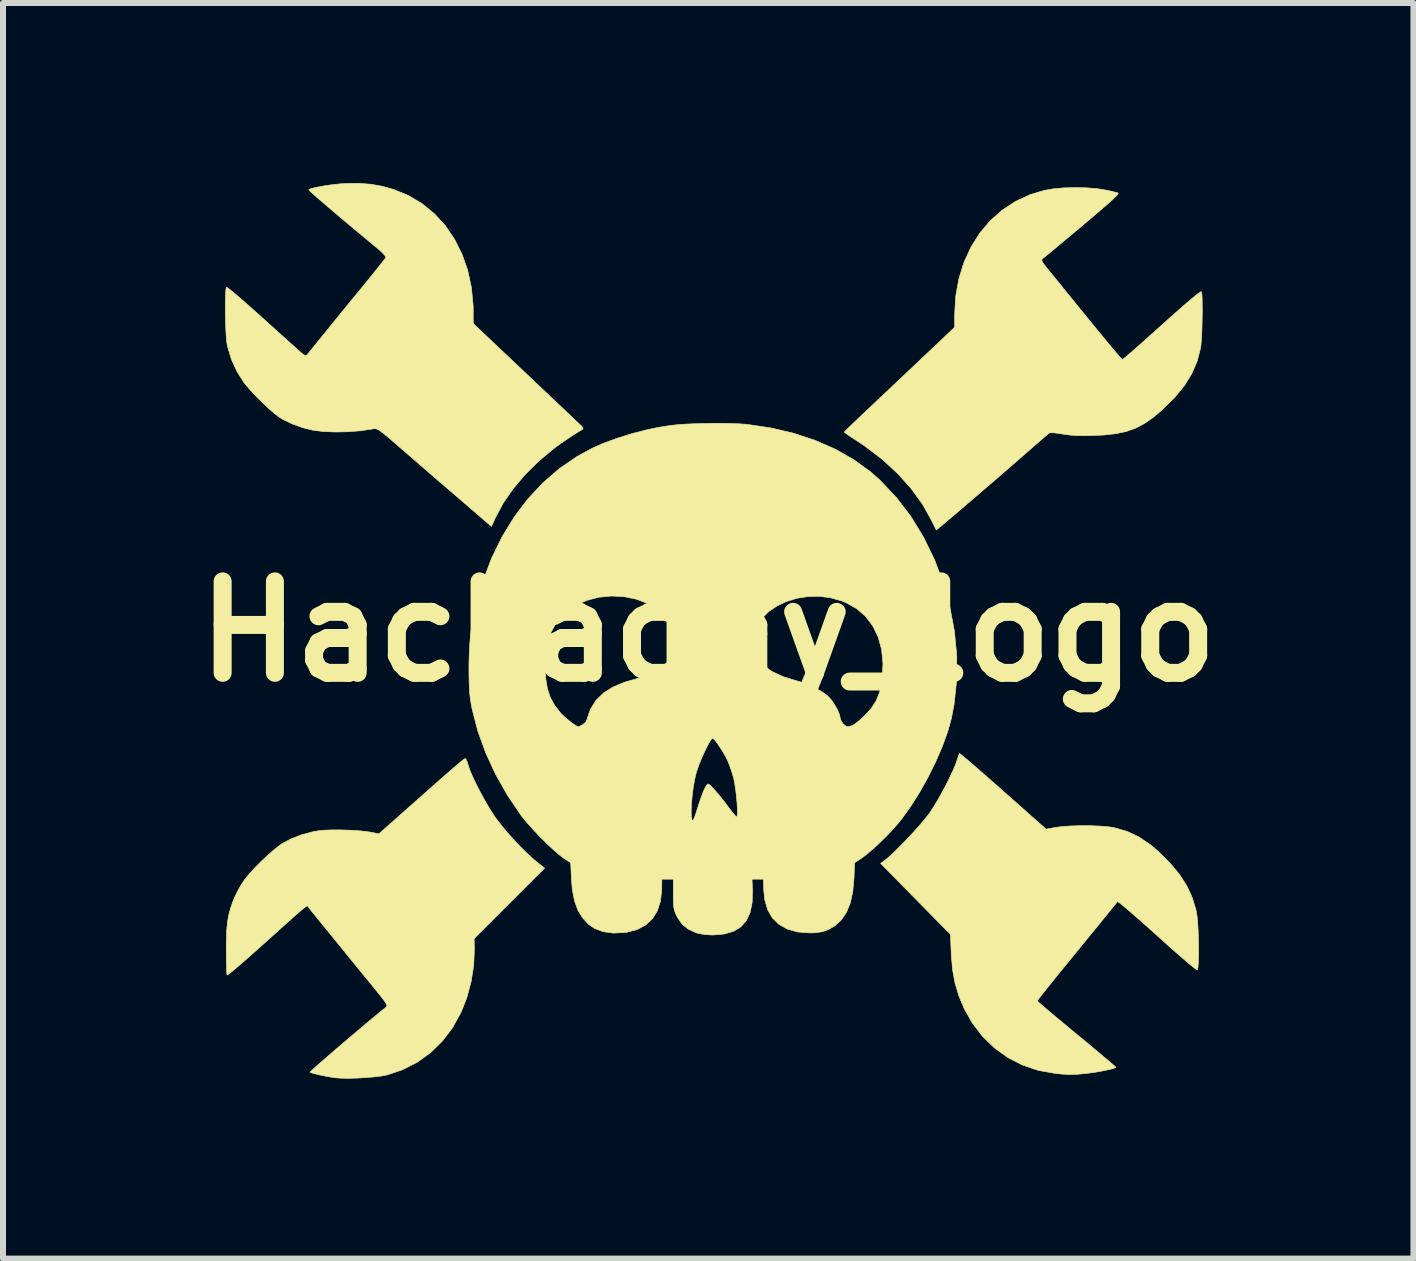
<source format=kicad_pcb>
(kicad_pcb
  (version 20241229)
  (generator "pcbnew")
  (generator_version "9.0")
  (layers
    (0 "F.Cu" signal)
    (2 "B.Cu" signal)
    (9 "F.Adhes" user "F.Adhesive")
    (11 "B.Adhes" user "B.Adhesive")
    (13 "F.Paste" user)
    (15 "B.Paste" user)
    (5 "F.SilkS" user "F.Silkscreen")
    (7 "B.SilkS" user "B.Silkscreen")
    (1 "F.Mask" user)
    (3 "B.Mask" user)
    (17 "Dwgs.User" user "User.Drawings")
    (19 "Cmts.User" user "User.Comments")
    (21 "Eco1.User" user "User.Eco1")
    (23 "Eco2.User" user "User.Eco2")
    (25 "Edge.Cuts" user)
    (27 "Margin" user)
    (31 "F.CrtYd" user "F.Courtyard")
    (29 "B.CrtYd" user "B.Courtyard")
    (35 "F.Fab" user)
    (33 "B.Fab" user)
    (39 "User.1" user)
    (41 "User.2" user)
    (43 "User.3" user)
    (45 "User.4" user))
  (footprint "Hackaday_logo"
    (layer "F.Cu")
    (at 8.752 7.473)
    (property "Reference" "Hackaday_logo" (at 0 0 0) (layer "F.SilkS") (effects (font (size 1.524 1.524) (thickness 0.3))))
    (attr through_hole)
    (fp_poly (pts (xy 4.198 2.041) (xy 4.233 2.068) (xy 4.292 2.117) (xy 4.377 2.189) (xy 4.487 2.284) (xy 4.624 2.404) (xy 4.79 2.55) (xy 4.985 2.723) (xy 5.127 2.848) (xy 5.63 3.294) (xy 5.784 3.266) (xy 5.9 3.251) (xy 6.044 3.241) (xy 6.204 3.236) (xy 6.368 3.237) (xy 6.525 3.243) (xy 6.662 3.254) (xy 6.763 3.269) (xy 6.981 3.332) (xy 7.185 3.429) (xy 7.381 3.563) (xy 7.519 3.682) (xy 7.706 3.871) (xy 7.856 4.053) (xy 7.973 4.234) (xy 8.06 4.419) (xy 8.122 4.616) (xy 8.137 4.682) (xy 8.147 4.753) (xy 8.156 4.849) (xy 8.163 4.962) (xy 8.168 5.087) (xy 8.171 5.214) (xy 8.172 5.337) (xy 8.17 5.448) (xy 8.166 5.541) (xy 8.16 5.607) (xy 8.151 5.639) (xy 8.149 5.641) (xy 8.13 5.63) (xy 8.082 5.593) (xy 8.01 5.534) (xy 7.917 5.454) (xy 7.806 5.358) (xy 7.681 5.248) (xy 7.546 5.126) (xy 7.48 5.067) (xy 7.341 4.942) (xy 7.211 4.827) (xy 7.094 4.725) (xy 6.994 4.638) (xy 6.913 4.57) (xy 6.855 4.524) (xy 6.824 4.503) (xy 6.819 4.502) (xy 6.802 4.524) (xy 6.762 4.573) (xy 6.704 4.645) (xy 6.633 4.732) (xy 6.552 4.831) (xy 6.547 4.838) (xy 6.341 5.09) (xy 6.161 5.311) (xy 6.005 5.502) (xy 5.872 5.665) (xy 5.761 5.802) (xy 5.671 5.914) (xy 5.6 6.003) (xy 5.547 6.07) (xy 5.511 6.117) (xy 5.49 6.145) (xy 5.484 6.157) (xy 5.484 6.157) (xy 5.5 6.173) (xy 5.545 6.213) (xy 5.616 6.274) (xy 5.709 6.353) (xy 5.821 6.447) (xy 5.949 6.553) (xy 6.088 6.669) (xy 6.138 6.71) (xy 6.281 6.828) (xy 6.413 6.938) (xy 6.53 7.036) (xy 6.631 7.121) (xy 6.71 7.188) (xy 6.764 7.235) (xy 6.791 7.259) (xy 6.793 7.262) (xy 6.775 7.274) (xy 6.723 7.29) (xy 6.646 7.308) (xy 6.552 7.327) (xy 6.451 7.345) (xy 6.349 7.359) (xy 6.282 7.367) (xy 6.162 7.378) (xy 6.067 7.382) (xy 5.98 7.382) (xy 5.883 7.375) (xy 5.779 7.364) (xy 5.499 7.314) (xy 5.236 7.225) (xy 4.992 7.1) (xy 4.77 6.94) (xy 4.573 6.749) (xy 4.402 6.527) (xy 4.267 6.287) (xy 4.177 6.074) (xy 4.113 5.862) (xy 4.072 5.638) (xy 4.05 5.39) (xy 4.049 5.355) (xy 4.037 5.048) (xy 3.455 4.457) (xy 2.873 3.865) (xy 2.944 3.813) (xy 3.01 3.758) (xy 3.096 3.679) (xy 3.196 3.58) (xy 3.303 3.47) (xy 3.411 3.355) (xy 3.512 3.242) (xy 3.601 3.138) (xy 3.671 3.05) (xy 3.688 3.027) (xy 3.76 2.917) (xy 3.839 2.785) (xy 3.92 2.639) (xy 3.996 2.491) (xy 4.064 2.351) (xy 4.117 2.229) (xy 4.142 2.159) (xy 4.163 2.095) (xy 4.179 2.049) (xy 4.185 2.034) (xy 4.198 2.041)) (stroke (width 0.01) (type solid)) (fill yes) (layer "F.SilkS"))
    (fp_poly (pts (xy -4.032 2.135) (xy -4.014 2.183) (xy -4.002 2.225) (xy -3.974 2.307) (xy -3.928 2.415) (xy -3.868 2.543) (xy -3.797 2.679) (xy -3.722 2.817) (xy -3.646 2.947) (xy -3.574 3.061) (xy -3.54 3.11) (xy -3.436 3.245) (xy -3.313 3.39) (xy -3.181 3.535) (xy -3.047 3.67) (xy -2.923 3.785) (xy -2.865 3.834) (xy -2.727 3.944) (xy -3.314 4.531) (xy -3.901 5.118) (xy -3.897 5.295) (xy -3.908 5.563) (xy -3.952 5.838) (xy -4.024 6.108) (xy -4.119 6.347) (xy -4.26 6.602) (xy -4.43 6.826) (xy -4.626 7.018) (xy -4.848 7.178) (xy -5.094 7.303) (xy -5.351 7.39) (xy -5.439 7.407) (xy -5.557 7.422) (xy -5.694 7.433) (xy -5.839 7.442) (xy -5.981 7.446) (xy -6.106 7.445) (xy -6.202 7.438) (xy -6.276 7.428) (xy -6.363 7.413) (xy -6.452 7.395) (xy -6.534 7.376) (xy -6.597 7.36) (xy -6.632 7.347) (xy -6.636 7.345) (xy -6.622 7.329) (xy -6.58 7.29) (xy -6.513 7.23) (xy -6.426 7.154) (xy -6.324 7.065) (xy -6.209 6.966) (xy -6.086 6.861) (xy -5.959 6.753) (xy -5.833 6.646) (xy -5.711 6.543) (xy -5.598 6.448) (xy -5.497 6.365) (xy -5.413 6.296) (xy -5.372 6.264) (xy -5.36 6.252) (xy -5.355 6.238) (xy -5.36 6.216) (xy -5.378 6.184) (xy -5.412 6.136) (xy -5.465 6.068) (xy -5.539 5.976) (xy -5.634 5.859) (xy -5.839 5.608) (xy -6.018 5.389) (xy -6.172 5.199) (xy -6.303 5.038) (xy -6.412 4.905) (xy -6.499 4.798) (xy -6.566 4.715) (xy -6.614 4.656) (xy -6.643 4.618) (xy -6.654 4.604) (xy -6.661 4.592) (xy -6.667 4.582) (xy -6.674 4.576) (xy -6.685 4.577) (xy -6.704 4.586) (xy -6.732 4.606) (xy -6.773 4.639) (xy -6.83 4.688) (xy -6.905 4.754) (xy -7.001 4.84) (xy -7.122 4.948) (xy -7.269 5.08) (xy -7.383 5.183) (xy -7.52 5.305) (xy -7.646 5.417) (xy -7.76 5.517) (xy -7.857 5.6) (xy -7.935 5.665) (xy -7.988 5.708) (xy -8.015 5.726) (xy -8.017 5.727) (xy -8.022 5.702) (xy -8.025 5.642) (xy -8.028 5.553) (xy -8.03 5.442) (xy -8.031 5.316) (xy -8.031 5.306) (xy -8.029 5.121) (xy -8.023 4.969) (xy -8.011 4.841) (xy -7.991 4.728) (xy -7.963 4.621) (xy -7.925 4.512) (xy -7.895 4.436) (xy -7.847 4.336) (xy -7.789 4.231) (xy -7.731 4.143) (xy -7.658 4.052) (xy -7.562 3.946) (xy -7.453 3.835) (xy -7.338 3.727) (xy -7.229 3.632) (xy -7.133 3.557) (xy -7.103 3.536) (xy -6.955 3.457) (xy -6.779 3.389) (xy -6.589 3.338) (xy -6.497 3.321) (xy -6.397 3.311) (xy -6.267 3.307) (xy -6.119 3.307) (xy -5.966 3.312) (xy -5.82 3.321) (xy -5.693 3.334) (xy -5.618 3.346) (xy -5.488 3.372) (xy -4.94 2.886) (xy -4.748 2.716) (xy -4.585 2.572) (xy -4.449 2.452) (xy -4.337 2.354) (xy -4.248 2.277) (xy -4.178 2.217) (xy -4.126 2.173) (xy -4.089 2.143) (xy -4.065 2.126) (xy -4.051 2.118) (xy -4.047 2.117) (xy -4.032 2.135)) (stroke (width 0.01) (type solid)) (fill yes) (layer "F.SilkS"))
    (fp_poly (pts (xy -5.622 -7.453) (xy -5.428 -7.418) (xy -5.247 -7.367) (xy -4.996 -7.265) (xy -4.767 -7.129) (xy -4.562 -6.96) (xy -4.381 -6.762) (xy -4.228 -6.537) (xy -4.103 -6.288) (xy -4.008 -6.018) (xy -3.946 -5.729) (xy -3.917 -5.425) (xy -3.916 -5.33) (xy -3.916 -5.132) (xy -3.078 -4.339) (xy -2.918 -4.187) (xy -2.764 -4.041) (xy -2.62 -3.905) (xy -2.49 -3.782) (xy -2.376 -3.674) (xy -2.282 -3.585) (xy -2.211 -3.517) (xy -2.166 -3.474) (xy -2.154 -3.464) (xy -2.106 -3.417) (xy -2.086 -3.389) (xy -2.089 -3.372) (xy -2.108 -3.36) (xy -2.174 -3.321) (xy -2.262 -3.265) (xy -2.361 -3.199) (xy -2.459 -3.132) (xy -2.543 -3.071) (xy -2.568 -3.053) (xy -2.822 -2.841) (xy -3.051 -2.615) (xy -3.251 -2.378) (xy -3.417 -2.138) (xy -3.543 -1.902) (xy -3.612 -1.75) (xy -4.139 -2.204) (xy -4.293 -2.336) (xy -4.461 -2.481) (xy -4.633 -2.629) (xy -4.8 -2.774) (xy -4.953 -2.907) (xy -5.084 -3.02) (xy -5.089 -3.024) (xy -5.216 -3.134) (xy -5.315 -3.22) (xy -5.391 -3.283) (xy -5.448 -3.328) (xy -5.49 -3.357) (xy -5.521 -3.373) (xy -5.546 -3.379) (xy -5.569 -3.379) (xy -5.586 -3.376) (xy -5.79 -3.345) (xy -6.006 -3.328) (xy -6.223 -3.324) (xy -6.425 -3.333) (xy -6.583 -3.353) (xy -6.758 -3.396) (xy -6.933 -3.459) (xy -7.09 -3.535) (xy -7.144 -3.568) (xy -7.223 -3.628) (xy -7.321 -3.712) (xy -7.428 -3.813) (xy -7.535 -3.92) (xy -7.635 -4.027) (xy -7.718 -4.125) (xy -7.741 -4.155) (xy -7.852 -4.33) (xy -7.944 -4.53) (xy -8.008 -4.74) (xy -8.015 -4.77) (xy -8.024 -4.834) (xy -8.032 -4.925) (xy -8.039 -5.035) (xy -8.043 -5.158) (xy -8.046 -5.286) (xy -8.047 -5.41) (xy -8.046 -5.525) (xy -8.043 -5.622) (xy -8.038 -5.694) (xy -8.031 -5.733) (xy -8.028 -5.737) (xy -8.01 -5.727) (xy -7.963 -5.691) (xy -7.892 -5.633) (xy -7.8 -5.555) (xy -7.691 -5.46) (xy -7.568 -5.351) (xy -7.435 -5.231) (xy -7.4 -5.2) (xy -7.263 -5.076) (xy -7.135 -4.96) (xy -7.019 -4.856) (xy -6.918 -4.766) (xy -6.838 -4.694) (xy -6.78 -4.643) (xy -6.749 -4.617) (xy -6.747 -4.615) (xy -6.714 -4.597) (xy -6.689 -4.607) (xy -6.663 -4.636) (xy -6.619 -4.691) (xy -6.556 -4.769) (xy -6.478 -4.865) (xy -6.39 -4.974) (xy -6.296 -5.089) (xy -6.201 -5.206) (xy -6.109 -5.319) (xy -6.025 -5.422) (xy -5.954 -5.51) (xy -5.899 -5.577) (xy -5.866 -5.617) (xy -5.863 -5.62) (xy -5.806 -5.689) (xy -5.737 -5.773) (xy -5.663 -5.864) (xy -5.587 -5.958) (xy -5.516 -6.047) (xy -5.454 -6.125) (xy -5.406 -6.186) (xy -5.378 -6.223) (xy -5.372 -6.231) (xy -5.381 -6.257) (xy -5.422 -6.303) (xy -5.491 -6.367) (xy -5.523 -6.393) (xy -5.725 -6.561) (xy -5.913 -6.718) (xy -6.085 -6.862) (xy -6.238 -6.992) (xy -6.372 -7.106) (xy -6.482 -7.201) (xy -6.568 -7.275) (xy -6.626 -7.328) (xy -6.655 -7.357) (xy -6.658 -7.361) (xy -6.623 -7.378) (xy -6.555 -7.396) (xy -6.462 -7.415) (xy -6.354 -7.433) (xy -6.238 -7.449) (xy -6.124 -7.46) (xy -6.054 -7.465) (xy -5.826 -7.468) (xy -5.622 -7.453)) (stroke (width 0.01) (type solid)) (fill yes) (layer "F.SilkS"))
    (fp_poly (pts (xy 6.307 -7.393) (xy 6.486 -7.378) (xy 6.614 -7.358) (xy 6.701 -7.34) (xy 6.775 -7.322) (xy 6.822 -7.309) (xy 6.833 -7.304) (xy 6.828 -7.289) (xy 6.796 -7.253) (xy 6.736 -7.195) (xy 6.646 -7.114) (xy 6.525 -7.01) (xy 6.373 -6.881) (xy 6.231 -6.761) (xy 6.09 -6.643) (xy 5.959 -6.533) (xy 5.84 -6.434) (xy 5.738 -6.349) (xy 5.657 -6.282) (xy 5.6 -6.235) (xy 5.571 -6.211) (xy 5.569 -6.21) (xy 5.558 -6.194) (xy 5.563 -6.17) (xy 5.586 -6.131) (xy 5.631 -6.072) (xy 5.682 -6.008) (xy 5.728 -5.952) (xy 5.798 -5.867) (xy 5.886 -5.759) (xy 5.988 -5.633) (xy 6.102 -5.493) (xy 6.222 -5.345) (xy 6.345 -5.194) (xy 6.356 -5.181) (xy 6.472 -5.038) (xy 6.581 -4.906) (xy 6.678 -4.788) (xy 6.762 -4.688) (xy 6.828 -4.61) (xy 6.875 -4.556) (xy 6.899 -4.531) (xy 6.902 -4.53) (xy 6.92 -4.543) (xy 6.967 -4.583) (xy 7.038 -4.644) (xy 7.131 -4.725) (xy 7.241 -4.823) (xy 7.366 -4.934) (xy 7.502 -5.056) (xy 7.56 -5.108) (xy 7.723 -5.254) (xy 7.866 -5.381) (xy 7.987 -5.486) (xy 8.085 -5.568) (xy 8.157 -5.626) (xy 8.202 -5.658) (xy 8.218 -5.664) (xy 8.225 -5.632) (xy 8.23 -5.565) (xy 8.232 -5.472) (xy 8.233 -5.36) (xy 8.232 -5.236) (xy 8.229 -5.108) (xy 8.225 -4.985) (xy 8.219 -4.873) (xy 8.212 -4.781) (xy 8.204 -4.72) (xy 8.148 -4.504) (xy 8.059 -4.298) (xy 7.935 -4.097) (xy 7.772 -3.898) (xy 7.569 -3.698) (xy 7.569 -3.698) (xy 7.415 -3.567) (xy 7.269 -3.465) (xy 7.123 -3.388) (xy 6.968 -3.333) (xy 6.795 -3.296) (xy 6.595 -3.274) (xy 6.435 -3.266) (xy 6.273 -3.263) (xy 6.141 -3.265) (xy 6.027 -3.273) (xy 5.92 -3.288) (xy 5.909 -3.289) (xy 5.821 -3.303) (xy 5.747 -3.311) (xy 5.699 -3.311) (xy 5.687 -3.309) (xy 5.663 -3.29) (xy 5.614 -3.249) (xy 5.545 -3.19) (xy 5.463 -3.119) (xy 5.419 -3.08) (xy 5.3 -2.976) (xy 5.168 -2.861) (xy 5.026 -2.737) (xy 4.877 -2.609) (xy 4.726 -2.478) (xy 4.575 -2.349) (xy 4.429 -2.223) (xy 4.289 -2.103) (xy 4.161 -1.994) (xy 4.047 -1.897) (xy 3.95 -1.815) (xy 3.875 -1.752) (xy 3.824 -1.711) (xy 3.801 -1.694) (xy 3.801 -1.693) (xy 3.79 -1.711) (xy 3.767 -1.758) (xy 3.734 -1.825) (xy 3.724 -1.846) (xy 3.573 -2.117) (xy 3.382 -2.381) (xy 3.156 -2.633) (xy 2.898 -2.87) (xy 2.609 -3.09) (xy 2.472 -3.181) (xy 2.391 -3.234) (xy 2.325 -3.278) (xy 2.282 -3.31) (xy 2.268 -3.323) (xy 2.283 -3.34) (xy 2.325 -3.382) (xy 2.39 -3.445) (xy 2.474 -3.525) (xy 2.572 -3.619) (xy 2.682 -3.722) (xy 2.685 -3.725) (xy 2.813 -3.846) (xy 2.964 -3.988) (xy 3.126 -4.142) (xy 3.293 -4.299) (xy 3.455 -4.452) (xy 3.603 -4.593) (xy 3.604 -4.593) (xy 4.106 -5.069) (xy 4.106 -5.274) (xy 4.124 -5.584) (xy 4.177 -5.878) (xy 4.263 -6.154) (xy 4.38 -6.408) (xy 4.526 -6.64) (xy 4.7 -6.845) (xy 4.9 -7.022) (xy 5.123 -7.168) (xy 5.369 -7.281) (xy 5.599 -7.35) (xy 5.747 -7.376) (xy 5.924 -7.392) (xy 6.115 -7.397) (xy 6.307 -7.393)) (stroke (width 0.01) (type solid)) (fill yes) (layer "F.SilkS"))
    (fp_poly (pts (xy 0.326 -3.467) (xy 0.492 -3.462) (xy 0.625 -3.453) (xy 0.639 -3.452) (xy 1.039 -3.393) (xy 1.421 -3.304) (xy 1.781 -3.185) (xy 2.117 -3.038) (xy 2.425 -2.863) (xy 2.703 -2.662) (xy 2.861 -2.522) (xy 3.136 -2.232) (xy 3.38 -1.913) (xy 3.592 -1.565) (xy 3.773 -1.191) (xy 3.905 -0.841) (xy 4.024 -0.421) (xy 4.103 -0.004) (xy 4.142 0.409) (xy 4.14 0.815) (xy 4.097 1.214) (xy 4.053 1.446) (xy 3.991 1.669) (xy 3.903 1.912) (xy 3.793 2.167) (xy 3.666 2.424) (xy 3.526 2.675) (xy 3.377 2.911) (xy 3.224 3.123) (xy 3.176 3.184) (xy 3.085 3.288) (xy 2.979 3.401) (xy 2.865 3.514) (xy 2.752 3.619) (xy 2.648 3.708) (xy 2.562 3.773) (xy 2.556 3.777) (xy 2.439 3.855) (xy 2.429 4.113) (xy 2.409 4.337) (xy 2.367 4.526) (xy 2.303 4.683) (xy 2.216 4.81) (xy 2.112 4.904) (xy 2.009 4.965) (xy 1.903 5.003) (xy 1.778 5.021) (xy 1.683 5.023) (xy 1.486 5.007) (xy 1.318 4.959) (xy 1.178 4.88) (xy 1.068 4.772) (xy 0.989 4.634) (xy 0.941 4.468) (xy 0.924 4.292) (xy 0.921 4.128) (xy 0.73 4.127) (xy 0.738 4.321) (xy 0.732 4.518) (xy 0.698 4.683) (xy 0.636 4.818) (xy 0.544 4.922) (xy 0.422 4.996) (xy 0.27 5.041) (xy 0.087 5.058) (xy 0.062 5.058) (xy -0.057 5.051) (xy -0.166 5.031) (xy -0.205 5.02) (xy -0.336 4.959) (xy -0.436 4.876) (xy -0.513 4.765) (xy -0.522 4.747) (xy -0.548 4.691) (xy -0.565 4.641) (xy -0.576 4.587) (xy -0.58 4.517) (xy -0.582 4.42) (xy -0.582 4.376) (xy -0.582 4.128) (xy -0.773 4.128) (xy -0.775 4.302) (xy -0.795 4.491) (xy -0.846 4.653) (xy -0.929 4.787) (xy -1.043 4.892) (xy -1.186 4.968) (xy -1.358 5.013) (xy -1.388 5.017) (xy -1.58 5.026) (xy -1.749 5.003) (xy -1.894 4.949) (xy -1.993 4.881) (xy -2.094 4.772) (xy -2.172 4.644) (xy -2.228 4.49) (xy -2.264 4.307) (xy -2.28 4.113) (xy -2.292 3.854) (xy -2.411 3.776) (xy -2.485 3.72) (xy -2.578 3.639) (xy -2.684 3.54) (xy -2.796 3.429) (xy -2.905 3.314) (xy -3.005 3.203) (xy -3.089 3.103) (xy -3.118 3.066) (xy -3.158 3.006) (xy -0.284 3.006) (xy -0.281 3.088) (xy -0.273 3.134) (xy -0.264 3.155) (xy -0.25 3.145) (xy -0.231 3.103) (xy -0.204 3.026) (xy -0.167 2.911) (xy -0.167 2.91) (xy -0.122 2.775) (xy -0.081 2.666) (xy -0.044 2.589) (xy -0.015 2.547) (xy -0.002 2.54) (xy 0.024 2.556) (xy 0.07 2.601) (xy 0.131 2.668) (xy 0.201 2.752) (xy 0.277 2.847) (xy 0.332 2.921) (xy 0.386 2.992) (xy 0.432 3.049) (xy 0.464 3.083) (xy 0.474 3.09) (xy 0.483 3.071) (xy 0.486 3.018) (xy 0.485 2.94) (xy 0.479 2.844) (xy 0.47 2.74) (xy 0.457 2.636) (xy 0.443 2.539) (xy 0.427 2.458) (xy 0.424 2.446) (xy 0.395 2.347) (xy 0.361 2.245) (xy 0.328 2.163) (xy 0.327 2.16) (xy 0.289 2.084) (xy 0.242 2.002) (xy 0.191 1.922) (xy 0.143 1.852) (xy 0.103 1.802) (xy 0.076 1.779) (xy 0.073 1.778) (xy 0.052 1.797) (xy 0.019 1.847) (xy -0.021 1.921) (xy -0.065 2.012) (xy -0.11 2.112) (xy -0.151 2.212) (xy -0.184 2.306) (xy -0.199 2.352) (xy -0.226 2.466) (xy -0.25 2.602) (xy -0.268 2.745) (xy -0.28 2.884) (xy -0.284 3.006) (xy -3.158 3.006) (xy -3.345 2.73) (xy -3.544 2.379) (xy -3.71 2.018) (xy -3.841 1.654) (xy -3.935 1.291) (xy -3.962 1.143) (xy -3.975 1.029) (xy -3.983 0.884) (xy -3.987 0.718) (xy -3.987 0.582) (xy -2.716 0.582) (xy -2.708 0.781) (xy -2.681 0.949) (xy -2.633 1.095) (xy -2.562 1.228) (xy -2.463 1.355) (xy -2.447 1.373) (xy -2.398 1.421) (xy -2.335 1.474) (xy -2.271 1.524) (xy -2.213 1.564) (xy -2.173 1.586) (xy -2.164 1.587) (xy -2.142 1.579) (xy -2.099 1.558) (xy -2.095 1.555) (xy -2.041 1.51) (xy -2.02 1.465) (xy -1.963 1.297) (xy -1.872 1.15) (xy -1.746 1.026) (xy -1.584 0.924) (xy -1.386 0.842) (xy -1.238 0.801) (xy -1.089 0.756) (xy -0.949 0.698) (xy -0.825 0.632) (xy -0.729 0.561) (xy -0.688 0.519) (xy -0.619 0.427) (xy -0.577 0.348) (xy -0.556 0.269) (xy -0.553 0.18) (xy 0.741 0.18) (xy 0.757 0.319) (xy 0.806 0.437) (xy 0.893 0.542) (xy 0.916 0.563) (xy 1.066 0.669) (xy 1.25 0.754) (xy 1.424 0.807) (xy 1.593 0.858) (xy 1.754 0.926) (xy 1.895 1.004) (xy 1.987 1.071) (xy 2.045 1.133) (xy 2.102 1.214) (xy 2.152 1.301) (xy 2.187 1.383) (xy 2.201 1.447) (xy 2.201 1.449) (xy 2.216 1.493) (xy 2.25 1.541) (xy 2.292 1.577) (xy 2.32 1.587) (xy 2.359 1.58) (xy 2.404 1.566) (xy 2.444 1.542) (xy 2.503 1.496) (xy 2.572 1.436) (xy 2.603 1.406) (xy 2.717 1.282) (xy 2.799 1.154) (xy 2.856 1.012) (xy 2.892 0.844) (xy 2.901 0.776) (xy 2.912 0.528) (xy 2.889 0.299) (xy 2.832 0.093) (xy 2.743 -0.091) (xy 2.624 -0.249) (xy 2.474 -0.38) (xy 2.294 -0.481) (xy 2.23 -0.507) (xy 2.041 -0.561) (xy 1.85 -0.586) (xy 1.661 -0.582) (xy 1.478 -0.553) (xy 1.305 -0.5) (xy 1.148 -0.426) (xy 1.01 -0.333) (xy 0.896 -0.222) (xy 0.81 -0.096) (xy 0.757 0.044) (xy 0.741 0.18) (xy -0.553 0.18) (xy -0.553 0.175) (xy -0.555 0.135) (xy -0.585 -0.028) (xy -0.654 -0.173) (xy -0.762 -0.3) (xy -0.907 -0.41) (xy -1.002 -0.463) (xy -1.197 -0.538) (xy -1.402 -0.58) (xy -1.612 -0.591) (xy -1.819 -0.571) (xy -2.017 -0.52) (xy -2.199 -0.441) (xy -2.358 -0.334) (xy -2.439 -0.258) (xy -2.547 -0.121) (xy -2.627 0.03) (xy -2.681 0.202) (xy -2.71 0.4) (xy -2.716 0.582) (xy -3.987 0.582) (xy -3.987 0.542) (xy -3.982 0.365) (xy -3.973 0.2) (xy -3.96 0.055) (xy -3.952 -0.011) (xy -3.869 -0.435) (xy -3.755 -0.838) (xy -3.611 -1.218) (xy -3.438 -1.573) (xy -3.237 -1.902) (xy -3.01 -2.203) (xy -2.758 -2.474) (xy -2.482 -2.713) (xy -2.183 -2.918) (xy -1.927 -3.057) (xy -1.737 -3.14) (xy -1.517 -3.22) (xy -1.281 -3.294) (xy -1.04 -3.357) (xy -0.847 -3.398) (xy -0.728 -3.418) (xy -0.619 -3.434) (xy -0.509 -3.446) (xy -0.388 -3.455) (xy -0.246 -3.461) (xy -0.071 -3.466) (xy -0.07 -3.466) (xy 0.136 -3.469) (xy 0.326 -3.467)) (stroke (width 0.01) (type solid)) (fill yes) (layer "F.SilkS")))
  (gr_rect
    (start -3 -3)
    (end 20.504 17.924)
    (stroke (width 0.1) (type default))
    (fill no)
    (layer "Edge.Cuts")))
</source>
